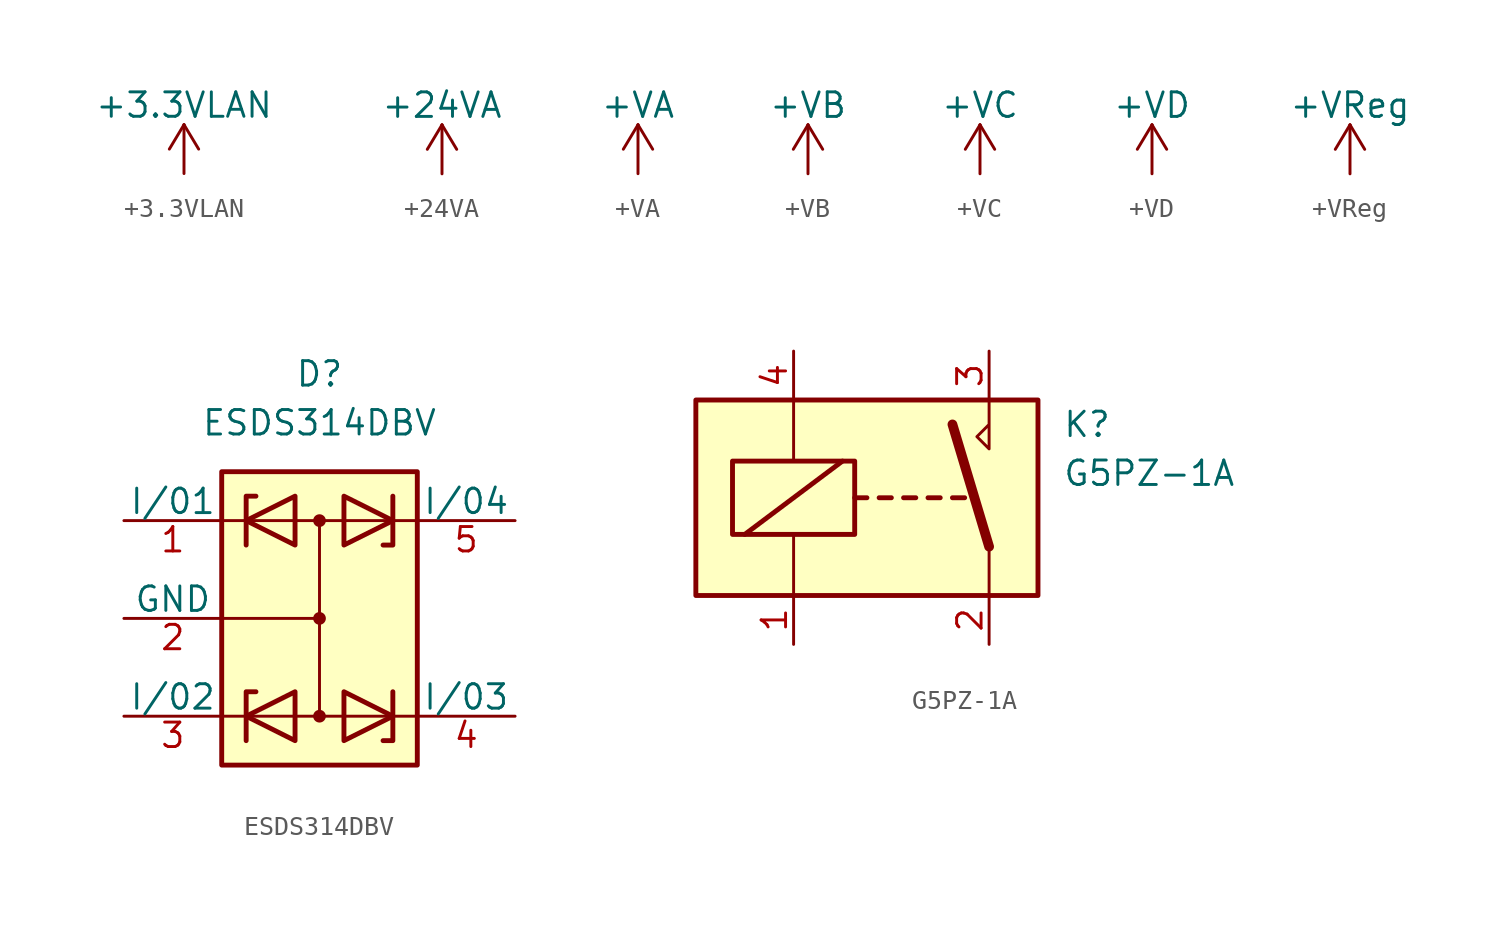
<source format=kicad_sym>
(kicad_symbol_lib
  (version 20211014)
  (generator kicad_symbol_editor)
  (symbol "+3.3VLAN"
    (power)
    (pin_names
      (offset 0))
    (property "Reference" "#PWR"
      (at 0 -3.81 0)
      (effects (font (size 1.27 1.27)) hide))
    (property "Value" "+3.3VLAN"
      (at 0 3.556 0)
      (effects (font (size 1.27 1.27))))
    (symbol "+3.3VLAN_0_1"
      (polyline (pts (xy -0.762 1.27) (xy 0 2.54)) (stroke (width 0) (type default) (color 0 0 0 0)) (fill (type none)))
      (polyline (pts (xy 0 0) (xy 0 2.54)) (stroke (width 0) (type default) (color 0 0 0 0)) (fill (type none)))
      (polyline (pts (xy 0 2.54) (xy 0.762 1.27)) (stroke (width 0) (type default) (color 0 0 0 0)) (fill (type none))))
    (symbol "+3.3VLAN_1_1"
      (pin power_in line (at 0 0 90) (length 0) hide (name "+3.3VLAN" (effects (font (size 1.27 1.27)))) (number "1" (effects (font (size 1.27 1.27)))))))
  (symbol "+24VA"
    (power)
    (pin_names
      (offset 0))
    (property "Reference" "#PWR"
      (at 0 -3.81 0)
      (effects (font (size 1.27 1.27)) hide))
    (property "Value" "+24VA"
      (at 0 3.556 0)
      (effects (font (size 1.27 1.27))))
    (symbol "+24VA_0_1"
      (polyline (pts (xy -0.762 1.27) (xy 0 2.54)) (stroke (width 0) (type default) (color 0 0 0 0)) (fill (type none)))
      (polyline (pts (xy 0 0) (xy 0 2.54)) (stroke (width 0) (type default) (color 0 0 0 0)) (fill (type none)))
      (polyline (pts (xy 0 2.54) (xy 0.762 1.27)) (stroke (width 0) (type default) (color 0 0 0 0)) (fill (type none))))
    (symbol "+24VA_1_1"
      (pin power_in line (at 0 0 90) (length 0) hide (name "+24VA" (effects (font (size 1.27 1.27)))) (number "1" (effects (font (size 1.27 1.27)))))))
  (symbol "+VA"
    (power)
    (pin_names
      (offset 0))
    (property "Reference" "#PWR"
      (at 0 -3.81 0)
      (effects (font (size 1.27 1.27)) hide))
    (property "Value" "+VA"
      (at 0 3.556 0)
      (effects (font (size 1.27 1.27))))
    (symbol "+VA_0_1"
      (polyline (pts (xy -0.762 1.27) (xy 0 2.54)) (stroke (width 0) (type default) (color 0 0 0 0)) (fill (type none)))
      (polyline (pts (xy 0 0) (xy 0 2.54)) (stroke (width 0) (type default) (color 0 0 0 0)) (fill (type none)))
      (polyline (pts (xy 0 2.54) (xy 0.762 1.27)) (stroke (width 0) (type default) (color 0 0 0 0)) (fill (type none))))
    (symbol "+VA_1_1"
      (pin power_in line (at 0 0 90) (length 0) hide (name "+VA" (effects (font (size 1.27 1.27)))) (number "1" (effects (font (size 1.27 1.27)))))))
  (symbol "+VB"
    (power)
    (pin_names
      (offset 0))
    (property "Reference" "#PWR"
      (at 0 -3.81 0)
      (effects (font (size 1.27 1.27)) hide))
    (property "Value" "+VB"
      (at 0 3.556 0)
      (effects (font (size 1.27 1.27))))
    (symbol "+VB_0_1"
      (polyline (pts (xy -0.762 1.27) (xy 0 2.54)) (stroke (width 0) (type default) (color 0 0 0 0)) (fill (type none)))
      (polyline (pts (xy 0 0) (xy 0 2.54)) (stroke (width 0) (type default) (color 0 0 0 0)) (fill (type none)))
      (polyline (pts (xy 0 2.54) (xy 0.762 1.27)) (stroke (width 0) (type default) (color 0 0 0 0)) (fill (type none))))
    (symbol "+VB_1_1"
      (pin power_in line (at 0 0 90) (length 0) hide (name "+VB" (effects (font (size 1.27 1.27)))) (number "1" (effects (font (size 1.27 1.27)))))))
  (symbol "+VC"
    (power)
    (pin_names
      (offset 0))
    (property "Reference" "#PWR"
      (at 0 -3.81 0)
      (effects (font (size 1.27 1.27)) hide))
    (property "Value" "+VC"
      (at 0 3.556 0)
      (effects (font (size 1.27 1.27))))
    (symbol "+VC_0_1"
      (polyline (pts (xy -0.762 1.27) (xy 0 2.54)) (stroke (width 0) (type default) (color 0 0 0 0)) (fill (type none)))
      (polyline (pts (xy 0 0) (xy 0 2.54)) (stroke (width 0) (type default) (color 0 0 0 0)) (fill (type none)))
      (polyline (pts (xy 0 2.54) (xy 0.762 1.27)) (stroke (width 0) (type default) (color 0 0 0 0)) (fill (type none))))
    (symbol "+VC_1_1"
      (pin power_in line (at 0 0 90) (length 0) hide (name "+VC" (effects (font (size 1.27 1.27)))) (number "1" (effects (font (size 1.27 1.27)))))))
  (symbol "+VD"
    (power)
    (pin_names
      (offset 0))
    (property "Reference" "#PWR"
      (at 0 -3.81 0)
      (effects (font (size 1.27 1.27)) hide))
    (property "Value" "+VD"
      (at 0 3.556 0)
      (effects (font (size 1.27 1.27))))
    (symbol "+VD_0_1"
      (polyline (pts (xy -0.762 1.27) (xy 0 2.54)) (stroke (width 0) (type default) (color 0 0 0 0)) (fill (type none)))
      (polyline (pts (xy 0 0) (xy 0 2.54)) (stroke (width 0) (type default) (color 0 0 0 0)) (fill (type none)))
      (polyline (pts (xy 0 2.54) (xy 0.762 1.27)) (stroke (width 0) (type default) (color 0 0 0 0)) (fill (type none))))
    (symbol "+VD_1_1"
      (pin power_in line (at 0 0 90) (length 0) hide (name "+VD" (effects (font (size 1.27 1.27)))) (number "1" (effects (font (size 1.27 1.27)))))))
  (symbol "+VReg"
    (power)
    (pin_names
      (offset 0))
    (property "Reference" "#PWR"
      (at 0 -3.81 0)
      (effects (font (size 1.27 1.27)) hide))
    (property "Value" "+VReg"
      (at 0 3.556 0)
      (effects (font (size 1.27 1.27))))
    (symbol "+VReg_0_1"
      (polyline (pts (xy -0.762 1.27) (xy 0 2.54)) (stroke (width 0) (type default) (color 0 0 0 0)) (fill (type none)))
      (polyline (pts (xy 0 0) (xy 0 2.54)) (stroke (width 0) (type default) (color 0 0 0 0)) (fill (type none)))
      (polyline (pts (xy 0 2.54) (xy 0.762 1.27)) (stroke (width 0) (type default) (color 0 0 0 0)) (fill (type none))))
    (symbol "+VReg_1_1"
      (pin power_in line (at 0 0 90) (length 0) hide (name "+VReg" (effects (font (size 1.27 1.27)))) (number "1" (effects (font (size 1.27 1.27)))))))
  (symbol "ESDS314DBV"
    (pin_names
      (offset 0))
    (property "Reference" "D"
      (at 0 12.7 0)
      (effects (font (size 1.27 1.27))))
    (property "Value" "ESDS314DBV"
      (at 0 10.16 0)
      (effects (font (size 1.27 1.27))))
    (symbol "ESDS314DBV_0_1"
      (rectangle (start -5.08 7.62) (end 5.08 -7.62) (stroke (width 0.254) (type default) (color 0 0 0 0)) (fill (type background)))
      (circle (center 0 -5.08) (radius 0.254) (stroke (width 0) (type default) (color 0 0 0 0)) (fill (type outline)))
      (polyline (pts (xy -5.08 -5.08) (xy 5.08 -5.08)) (stroke (width 0) (type default) (color 0 0 0 0)) (fill (type none)))
      (polyline (pts (xy -5.08 0) (xy 0 0)) (stroke (width 0) (type default) (color 0 0 0 0)) (fill (type none)))
      (polyline (pts (xy -5.08 5.08) (xy 5.08 5.08)) (stroke (width 0) (type default) (color 0 0 0 0)) (fill (type none)))
      (polyline (pts (xy 0 -5.08) (xy 0 5.08)) (stroke (width 0) (type default) (color 0 0 0 0)) (fill (type none)))
      (polyline (pts (xy -3.81 -6.35) (xy -3.81 -3.81) (xy -3.302 -3.81)) (stroke (width 0.254) (type default) (color 0 0 0 0)) (fill (type none)))
      (polyline (pts (xy -3.81 3.81) (xy -3.81 6.35) (xy -3.302 6.35)) (stroke (width 0.254) (type default) (color 0 0 0 0)) (fill (type none)))
      (polyline (pts (xy 3.81 -3.81) (xy 3.81 -6.35) (xy 3.302 -6.35)) (stroke (width 0.254) (type default) (color 0 0 0 0)) (fill (type none)))
      (polyline (pts (xy 3.81 6.35) (xy 3.81 3.81) (xy 3.302 3.81)) (stroke (width 0.254) (type default) (color 0 0 0 0)) (fill (type none)))
      (polyline (pts (xy -1.27 -6.35) (xy -3.81 -5.08) (xy -1.27 -3.81) (xy -1.27 -6.35) (xy -1.27 -6.35) (xy -1.27 -6.35)) (stroke (width 0.254) (type default) (color 0 0 0 0)) (fill (type none)))
      (polyline (pts (xy -1.27 3.81) (xy -3.81 5.08) (xy -1.27 6.35) (xy -1.27 3.81) (xy -1.27 3.81) (xy -1.27 3.81)) (stroke (width 0.254) (type default) (color 0 0 0 0)) (fill (type none)))
      (polyline (pts (xy 1.27 -3.81) (xy 3.81 -5.08) (xy 1.27 -6.35) (xy 1.27 -3.81) (xy 1.27 -3.81) (xy 1.27 -3.81)) (stroke (width 0.254) (type default) (color 0 0 0 0)) (fill (type none)))
      (polyline (pts (xy 1.27 6.35) (xy 3.81 5.08) (xy 1.27 3.81) (xy 1.27 6.35) (xy 1.27 6.35) (xy 1.27 6.35)) (stroke (width 0.254) (type default) (color 0 0 0 0)) (fill (type none)))
      (circle (center 0 0) (radius 0.254) (stroke (width 0) (type default) (color 0 0 0 0)) (fill (type outline)))
      (circle (center 0 5.08) (radius 0.254) (stroke (width 0) (type default) (color 0 0 0 0)) (fill (type outline)))
      (pin passive line (at -10.16 5.08 0) (length 5.08) (name "I/01" (effects (font (size 1.27 1.27)))) (number "1" (effects (font (size 1.27 1.27)))))
      (pin passive line (at -10.16 0 0) (length 5.08) (name "GND" (effects (font (size 1.27 1.27)))) (number "2" (effects (font (size 1.27 1.27)))))
      (pin passive line (at -10.16 -5.08 0) (length 5.08) (name "I/02" (effects (font (size 1.27 1.27)))) (number "3" (effects (font (size 1.27 1.27)))))
      (pin passive line (at 10.16 -5.08 180) (length 5.08) (name "I/03" (effects (font (size 1.27 1.27)))) (number "4" (effects (font (size 1.27 1.27)))))
      (pin passive line (at 10.16 5.08 180) (length 5.08) (name "I/04" (effects (font (size 1.27 1.27)))) (number "5" (effects (font (size 1.27 1.27)))))))
  (symbol "G5PZ-1A"
    (property "Reference" "K"
      (at 8.89 3.81 0)
      (effects (font (size 1.27 1.27)) (justify left)))
    (property "Value" "G5PZ-1A"
      (at 8.89 1.27 0)
      (effects (font (size 1.27 1.27)) (justify left)))
    (symbol "G5PZ-1A_0_0"
      (polyline (pts (xy 5.08 5.08) (xy 5.08 2.54) (xy 4.445 3.175) (xy 5.08 3.81)) (stroke (width 0) (type default) (color 0 0 0 0)) (fill (type none))))
    (symbol "G5PZ-1A_0_1"
      (rectangle (start -10.16 5.08) (end 7.62 -5.08) (stroke (width 0.254) (type default) (color 0 0 0 0)) (fill (type background)))
      (rectangle (start -8.255 1.905) (end -1.905 -1.905) (stroke (width 0.254) (type default) (color 0 0 0 0)) (fill (type none)))
      (polyline (pts (xy -7.62 -1.905) (xy -2.54 1.905)) (stroke (width 0.254) (type default) (color 0 0 0 0)) (fill (type none)))
      (polyline (pts (xy -5.08 -5.08) (xy -5.08 -1.905)) (stroke (width 0) (type default) (color 0 0 0 0)) (fill (type none)))
      (polyline (pts (xy -5.08 5.08) (xy -5.08 1.905)) (stroke (width 0) (type default) (color 0 0 0 0)) (fill (type none)))
      (polyline (pts (xy -1.905 0) (xy -1.27 0)) (stroke (width 0.254) (type default) (color 0 0 0 0)) (fill (type none)))
      (polyline (pts (xy -0.635 0) (xy 0 0)) (stroke (width 0.254) (type default) (color 0 0 0 0)) (fill (type none)))
      (polyline (pts (xy 0.635 0) (xy 1.27 0)) (stroke (width 0.254) (type default) (color 0 0 0 0)) (fill (type none)))
      (polyline (pts (xy 1.905 0) (xy 2.54 0)) (stroke (width 0.254) (type default) (color 0 0 0 0)) (fill (type none)))
      (polyline (pts (xy 3.175 0) (xy 3.81 0)) (stroke (width 0.254) (type default) (color 0 0 0 0)) (fill (type none)))
      (polyline (pts (xy 5.08 -2.54) (xy 3.175 3.81)) (stroke (width 0.508) (type default) (color 0 0 0 0)) (fill (type none)))
      (polyline (pts (xy 5.08 -2.54) (xy 5.08 -5.08)) (stroke (width 0) (type default) (color 0 0 0 0)) (fill (type none))))
    (symbol "G5PZ-1A_1_1"
      (pin passive line (at -5.08 -7.62 90) (length 2.54) (name "~" (effects (font (size 1.27 1.27)))) (number "1" (effects (font (size 1.27 1.27)))))
      (pin passive line (at 5.08 -7.62 90) (length 2.54) (name "~" (effects (font (size 1.27 1.27)))) (number "2" (effects (font (size 1.27 1.27)))))
      (pin passive line (at 5.08 7.62 270) (length 2.54) (name "~" (effects (font (size 1.27 1.27)))) (number "3" (effects (font (size 1.27 1.27)))))
      (pin passive line (at -5.08 7.62 270) (length 2.54) (name "~" (effects (font (size 1.27 1.27)))) (number "4" (effects (font (size 1.27 1.27))))))))
</source>
